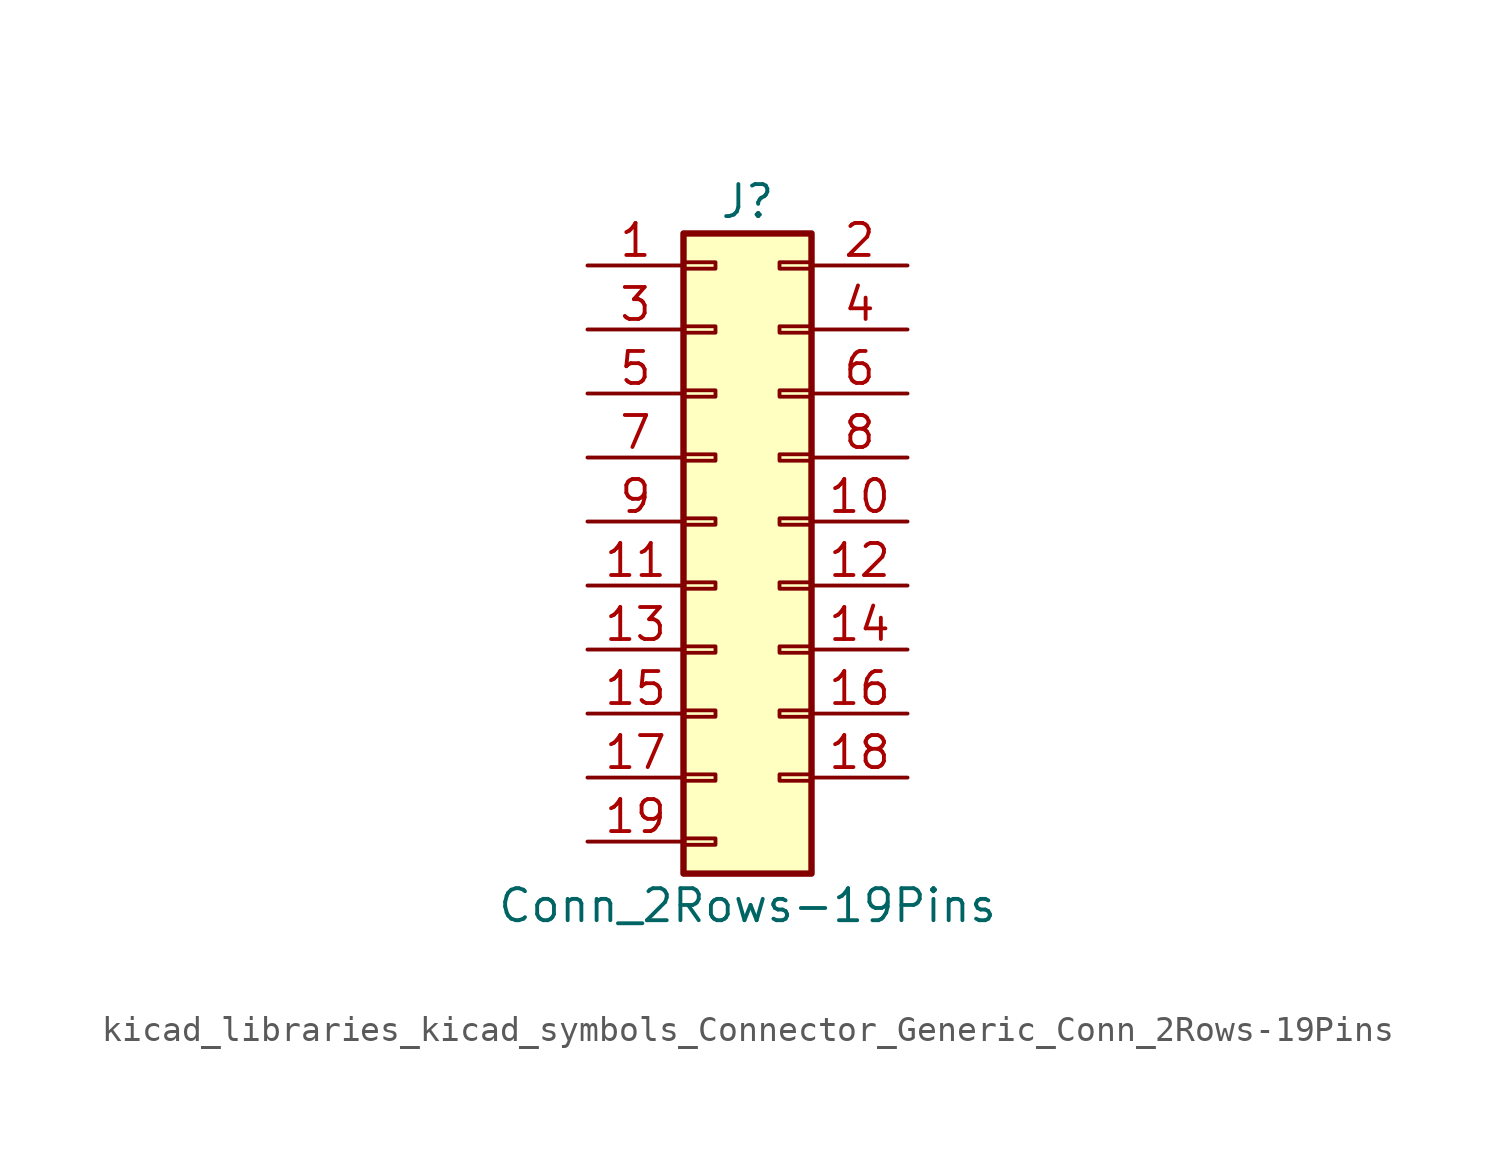
<source format=kicad_sym>
(kicad_symbol_lib
  (version 20220914)
  (generator kicad_symbol_editor)
  (symbol "kicad_libraries_kicad_symbols_Connector_Generic_Conn_2Rows-19Pins"
    (pin_names
      (offset 1.016) hide)
    (property "Reference" "J"
      (at 1.27 12.7 0)
      (effects (font (size 1.27 1.27))))
    (property "Value" "Conn_2Rows-19Pins"
      (at 1.27 -15.24 0)
      (effects (font (size 1.27 1.27))))
    (symbol "kicad_libraries_kicad_symbols_Connector_Generic_Conn_2Rows-19Pins_1_1"
      (rectangle (start -1.27 -12.573) (end 0 -12.827) (stroke (width 0.152) (type default)) (fill (type none)))
      (rectangle (start -1.27 -10.033) (end 0 -10.287) (stroke (width 0.152) (type default)) (fill (type none)))
      (rectangle (start -1.27 -7.493) (end 0 -7.747) (stroke (width 0.152) (type default)) (fill (type none)))
      (rectangle (start -1.27 -4.953) (end 0 -5.207) (stroke (width 0.152) (type default)) (fill (type none)))
      (rectangle (start -1.27 -2.413) (end 0 -2.667) (stroke (width 0.152) (type default)) (fill (type none)))
      (rectangle (start -1.27 0.127) (end 0 -0.127) (stroke (width 0.152) (type default)) (fill (type none)))
      (rectangle (start -1.27 2.667) (end 0 2.413) (stroke (width 0.152) (type default)) (fill (type none)))
      (rectangle (start -1.27 5.207) (end 0 4.953) (stroke (width 0.152) (type default)) (fill (type none)))
      (rectangle (start -1.27 7.747) (end 0 7.493) (stroke (width 0.152) (type default)) (fill (type none)))
      (rectangle (start -1.27 10.287) (end 0 10.033) (stroke (width 0.152) (type default)) (fill (type none)))
      (rectangle (start -1.27 11.43) (end 3.81 -13.97) (stroke (width 0.254) (type default)) (fill (type background)))
      (rectangle (start 3.81 -10.033) (end 2.54 -10.287) (stroke (width 0.152) (type default)) (fill (type none)))
      (rectangle (start 3.81 -7.493) (end 2.54 -7.747) (stroke (width 0.152) (type default)) (fill (type none)))
      (rectangle (start 3.81 -4.953) (end 2.54 -5.207) (stroke (width 0.152) (type default)) (fill (type none)))
      (rectangle (start 3.81 -2.413) (end 2.54 -2.667) (stroke (width 0.152) (type default)) (fill (type none)))
      (rectangle (start 3.81 0.127) (end 2.54 -0.127) (stroke (width 0.152) (type default)) (fill (type none)))
      (rectangle (start 3.81 2.667) (end 2.54 2.413) (stroke (width 0.152) (type default)) (fill (type none)))
      (rectangle (start 3.81 5.207) (end 2.54 4.953) (stroke (width 0.152) (type default)) (fill (type none)))
      (rectangle (start 3.81 7.747) (end 2.54 7.493) (stroke (width 0.152) (type default)) (fill (type none)))
      (rectangle (start 3.81 10.287) (end 2.54 10.033) (stroke (width 0.152) (type default)) (fill (type none)))
      (pin passive line (at -5.08 10.16 0) (length 3.81) (name "Pin_1" (effects (font (size 1.27 1.27)))) (number "1" (effects (font (size 1.27 1.27)))))
      (pin passive line (at 7.62 0 180) (length 3.81) (name "Pin_10" (effects (font (size 1.27 1.27)))) (number "10" (effects (font (size 1.27 1.27)))))
      (pin passive line (at -5.08 -2.54 0) (length 3.81) (name "Pin_11" (effects (font (size 1.27 1.27)))) (number "11" (effects (font (size 1.27 1.27)))))
      (pin passive line (at 7.62 -2.54 180) (length 3.81) (name "Pin_12" (effects (font (size 1.27 1.27)))) (number "12" (effects (font (size 1.27 1.27)))))
      (pin passive line (at -5.08 -5.08 0) (length 3.81) (name "Pin_13" (effects (font (size 1.27 1.27)))) (number "13" (effects (font (size 1.27 1.27)))))
      (pin passive line (at 7.62 -5.08 180) (length 3.81) (name "Pin_14" (effects (font (size 1.27 1.27)))) (number "14" (effects (font (size 1.27 1.27)))))
      (pin passive line (at -5.08 -7.62 0) (length 3.81) (name "Pin_15" (effects (font (size 1.27 1.27)))) (number "15" (effects (font (size 1.27 1.27)))))
      (pin passive line (at 7.62 -7.62 180) (length 3.81) (name "Pin_16" (effects (font (size 1.27 1.27)))) (number "16" (effects (font (size 1.27 1.27)))))
      (pin passive line (at -5.08 -10.16 0) (length 3.81) (name "Pin_17" (effects (font (size 1.27 1.27)))) (number "17" (effects (font (size 1.27 1.27)))))
      (pin passive line (at 7.62 -10.16 180) (length 3.81) (name "Pin_18" (effects (font (size 1.27 1.27)))) (number "18" (effects (font (size 1.27 1.27)))))
      (pin passive line (at -5.08 -12.7 0) (length 3.81) (name "Pin_19" (effects (font (size 1.27 1.27)))) (number "19" (effects (font (size 1.27 1.27)))))
      (pin passive line (at 7.62 10.16 180) (length 3.81) (name "Pin_2" (effects (font (size 1.27 1.27)))) (number "2" (effects (font (size 1.27 1.27)))))
      (pin passive line (at -5.08 7.62 0) (length 3.81) (name "Pin_3" (effects (font (size 1.27 1.27)))) (number "3" (effects (font (size 1.27 1.27)))))
      (pin passive line (at 7.62 7.62 180) (length 3.81) (name "Pin_4" (effects (font (size 1.27 1.27)))) (number "4" (effects (font (size 1.27 1.27)))))
      (pin passive line (at -5.08 5.08 0) (length 3.81) (name "Pin_5" (effects (font (size 1.27 1.27)))) (number "5" (effects (font (size 1.27 1.27)))))
      (pin passive line (at 7.62 5.08 180) (length 3.81) (name "Pin_6" (effects (font (size 1.27 1.27)))) (number "6" (effects (font (size 1.27 1.27)))))
      (pin passive line (at -5.08 2.54 0) (length 3.81) (name "Pin_7" (effects (font (size 1.27 1.27)))) (number "7" (effects (font (size 1.27 1.27)))))
      (pin passive line (at 7.62 2.54 180) (length 3.81) (name "Pin_8" (effects (font (size 1.27 1.27)))) (number "8" (effects (font (size 1.27 1.27)))))
      (pin passive line (at -5.08 0 0) (length 3.81) (name "Pin_9" (effects (font (size 1.27 1.27)))) (number "9" (effects (font (size 1.27 1.27))))))))
</source>
